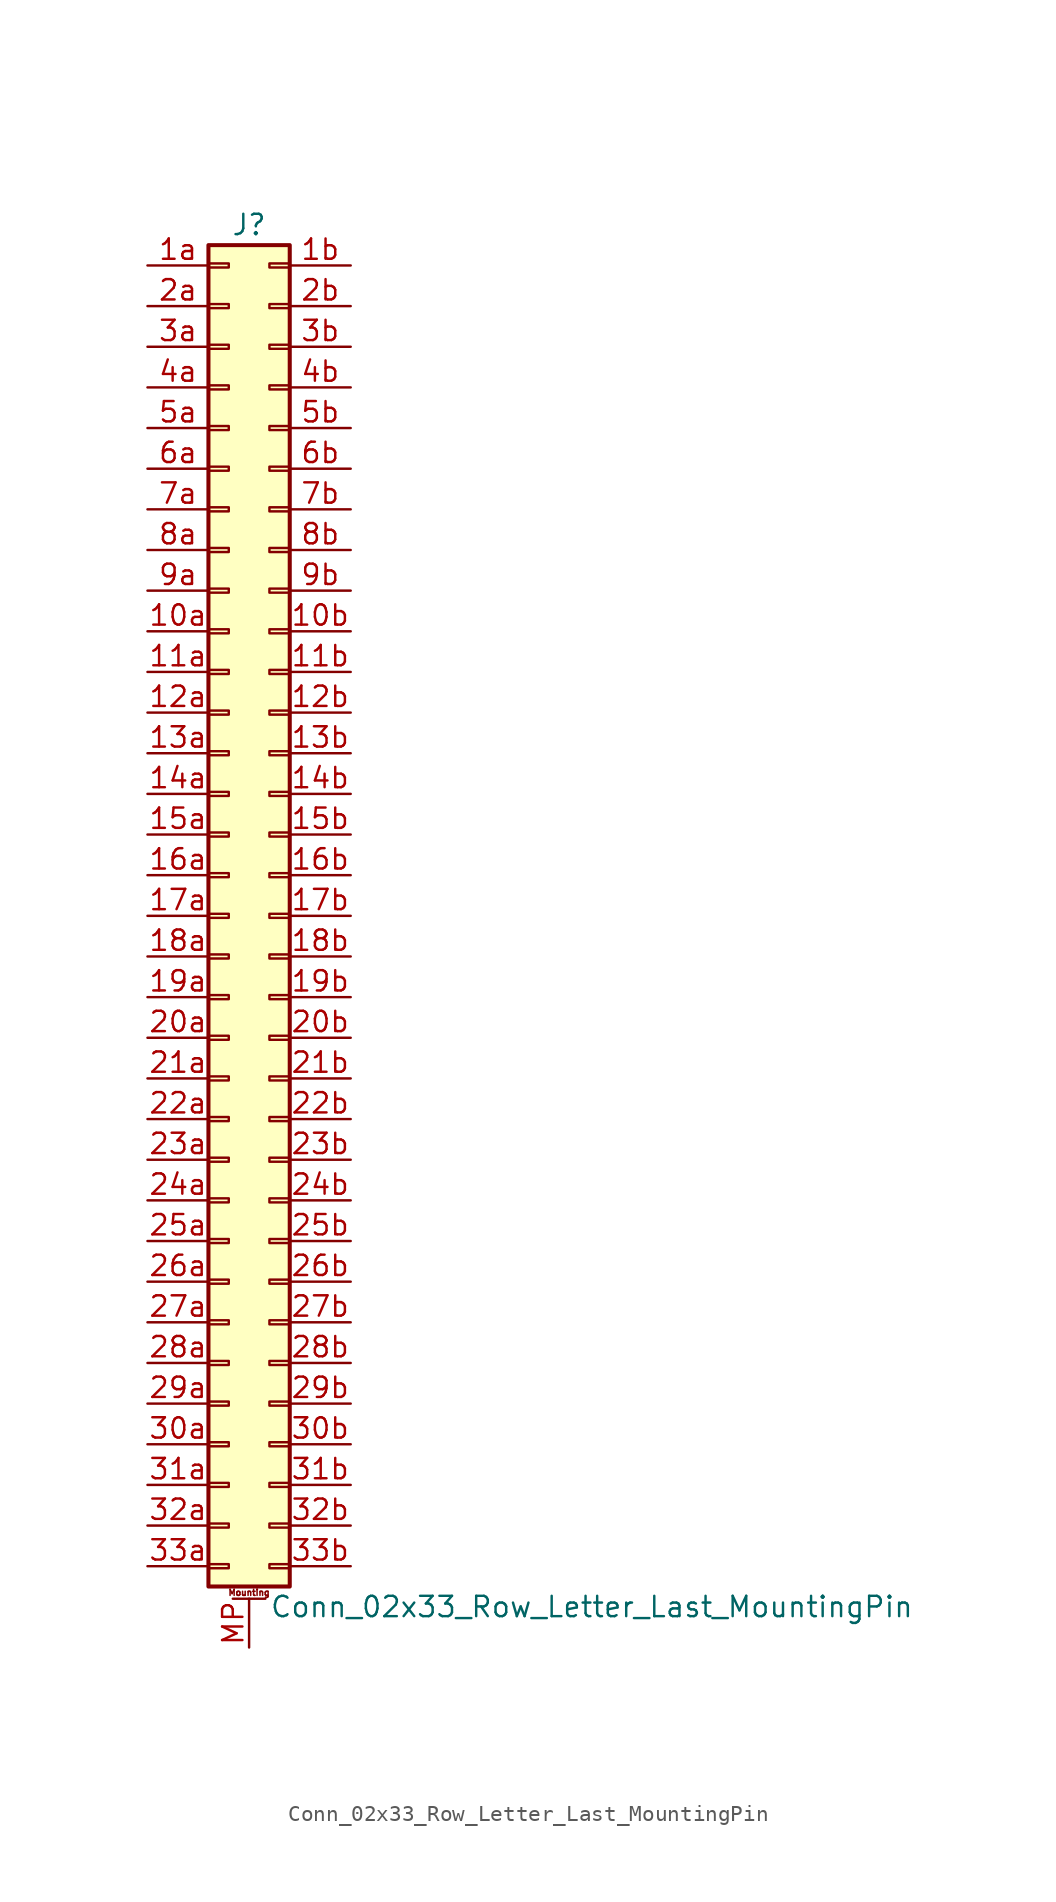
<source format=kicad_sym>
(kicad_symbol_lib
  (version 20201005)
  (generator kicad_symbol_editor)
  (symbol "Connector_Generic_MountingPin:Conn_02x33_Row_Letter_Last_MountingPin"
    (pin_names
      (offset 1.016) hide)
    (property "Reference" "J"
      (at 1.27 43.18 0)
      (effects (font (size 1.27 1.27))))
    (property "Value" "Conn_02x33_Row_Letter_Last_MountingPin"
      (at 2.54 -43.18 0)
      (effects (font (size 1.27 1.27)) (justify left)))
    (symbol "Conn_02x33_Row_Letter_Last_MountingPin_1_1"
      (text "Mounting" (at 1.27 -42.291 0) (effects (font (size 0.381 0.381))))
      (rectangle (start -1.27 -27.813) (end 0 -28.067) (stroke (width 0.152)) (fill (type none)))
      (rectangle (start -1.27 -30.353) (end 0 -30.607) (stroke (width 0.152)) (fill (type none)))
      (rectangle (start -1.27 -32.893) (end 0 -33.147) (stroke (width 0.152)) (fill (type none)))
      (rectangle (start -1.27 -35.433) (end 0 -35.687) (stroke (width 0.152)) (fill (type none)))
      (rectangle (start -1.27 -37.973) (end 0 -38.227) (stroke (width 0.152)) (fill (type none)))
      (rectangle (start -1.27 -40.513) (end 0 -40.767) (stroke (width 0.152)) (fill (type none)))
      (rectangle (start -1.27 -4.953) (end 0 -5.207) (stroke (width 0.152)) (fill (type none)))
      (rectangle (start -1.27 -7.493) (end 0 -7.747) (stroke (width 0.152)) (fill (type none)))
      (rectangle (start -1.27 -10.033) (end 0 -10.287) (stroke (width 0.152)) (fill (type none)))
      (rectangle (start -1.27 -12.573) (end 0 -12.827) (stroke (width 0.152)) (fill (type none)))
      (rectangle (start -1.27 -15.113) (end 0 -15.367) (stroke (width 0.152)) (fill (type none)))
      (rectangle (start -1.27 -17.653) (end 0 -17.907) (stroke (width 0.152)) (fill (type none)))
      (rectangle (start -1.27 -20.193) (end 0 -20.447) (stroke (width 0.152)) (fill (type none)))
      (rectangle (start -1.27 -22.733) (end 0 -22.987) (stroke (width 0.152)) (fill (type none)))
      (rectangle (start -1.27 -2.413) (end 0 -2.667) (stroke (width 0.152)) (fill (type none)))
      (rectangle (start -1.27 -25.273) (end 0 -25.527) (stroke (width 0.152)) (fill (type none)))
      (rectangle (start -1.27 25.527) (end 0 25.273) (stroke (width 0.152)) (fill (type none)))
      (rectangle (start -1.27 2.667) (end 0 2.413) (stroke (width 0.152)) (fill (type none)))
      (rectangle (start -1.27 28.067) (end 0 27.813) (stroke (width 0.152)) (fill (type none)))
      (rectangle (start -1.27 30.607) (end 0 30.353) (stroke (width 0.152)) (fill (type none)))
      (rectangle (start -1.27 33.147) (end 0 32.893) (stroke (width 0.152)) (fill (type none)))
      (rectangle (start -1.27 35.687) (end 0 35.433) (stroke (width 0.152)) (fill (type none)))
      (rectangle (start -1.27 38.227) (end 0 37.973) (stroke (width 0.152)) (fill (type none)))
      (rectangle (start -1.27 40.767) (end 0 40.513) (stroke (width 0.152)) (fill (type none)))
      (rectangle (start -1.27 41.91) (end 3.81 -41.91) (stroke (width 0.254)) (fill (type background)))
      (rectangle (start -1.27 5.207) (end 0 4.953) (stroke (width 0.152)) (fill (type none)))
      (rectangle (start -1.27 7.747) (end 0 7.493) (stroke (width 0.152)) (fill (type none)))
      (rectangle (start -1.27 10.287) (end 0 10.033) (stroke (width 0.152)) (fill (type none)))
      (rectangle (start -1.27 0.127) (end 0 -0.127) (stroke (width 0.152)) (fill (type none)))
      (rectangle (start -1.27 12.827) (end 0 12.573) (stroke (width 0.152)) (fill (type none)))
      (rectangle (start -1.27 15.367) (end 0 15.113) (stroke (width 0.152)) (fill (type none)))
      (rectangle (start -1.27 17.907) (end 0 17.653) (stroke (width 0.152)) (fill (type none)))
      (rectangle (start -1.27 20.447) (end 0 20.193) (stroke (width 0.152)) (fill (type none)))
      (rectangle (start -1.27 22.987) (end 0 22.733) (stroke (width 0.152)) (fill (type none)))
      (rectangle (start 3.81 -27.813) (end 2.54 -28.067) (stroke (width 0.152)) (fill (type none)))
      (rectangle (start 3.81 -30.353) (end 2.54 -30.607) (stroke (width 0.152)) (fill (type none)))
      (rectangle (start 3.81 -32.893) (end 2.54 -33.147) (stroke (width 0.152)) (fill (type none)))
      (rectangle (start 3.81 -35.433) (end 2.54 -35.687) (stroke (width 0.152)) (fill (type none)))
      (rectangle (start 3.81 -37.973) (end 2.54 -38.227) (stroke (width 0.152)) (fill (type none)))
      (rectangle (start 3.81 -40.513) (end 2.54 -40.767) (stroke (width 0.152)) (fill (type none)))
      (rectangle (start 3.81 -4.953) (end 2.54 -5.207) (stroke (width 0.152)) (fill (type none)))
      (rectangle (start 3.81 -7.493) (end 2.54 -7.747) (stroke (width 0.152)) (fill (type none)))
      (rectangle (start 3.81 -10.033) (end 2.54 -10.287) (stroke (width 0.152)) (fill (type none)))
      (rectangle (start 3.81 -12.573) (end 2.54 -12.827) (stroke (width 0.152)) (fill (type none)))
      (rectangle (start 3.81 -15.113) (end 2.54 -15.367) (stroke (width 0.152)) (fill (type none)))
      (rectangle (start 3.81 -17.653) (end 2.54 -17.907) (stroke (width 0.152)) (fill (type none)))
      (rectangle (start 3.81 -20.193) (end 2.54 -20.447) (stroke (width 0.152)) (fill (type none)))
      (rectangle (start 3.81 -22.733) (end 2.54 -22.987) (stroke (width 0.152)) (fill (type none)))
      (rectangle (start 3.81 -2.413) (end 2.54 -2.667) (stroke (width 0.152)) (fill (type none)))
      (rectangle (start 3.81 -25.273) (end 2.54 -25.527) (stroke (width 0.152)) (fill (type none)))
      (rectangle (start 3.81 25.527) (end 2.54 25.273) (stroke (width 0.152)) (fill (type none)))
      (rectangle (start 3.81 2.667) (end 2.54 2.413) (stroke (width 0.152)) (fill (type none)))
      (rectangle (start 3.81 28.067) (end 2.54 27.813) (stroke (width 0.152)) (fill (type none)))
      (rectangle (start 3.81 30.607) (end 2.54 30.353) (stroke (width 0.152)) (fill (type none)))
      (rectangle (start 3.81 33.147) (end 2.54 32.893) (stroke (width 0.152)) (fill (type none)))
      (rectangle (start 3.81 35.687) (end 2.54 35.433) (stroke (width 0.152)) (fill (type none)))
      (rectangle (start 3.81 38.227) (end 2.54 37.973) (stroke (width 0.152)) (fill (type none)))
      (rectangle (start 3.81 40.767) (end 2.54 40.513) (stroke (width 0.152)) (fill (type none)))
      (rectangle (start 3.81 5.207) (end 2.54 4.953) (stroke (width 0.152)) (fill (type none)))
      (rectangle (start 3.81 7.747) (end 2.54 7.493) (stroke (width 0.152)) (fill (type none)))
      (rectangle (start 3.81 10.287) (end 2.54 10.033) (stroke (width 0.152)) (fill (type none)))
      (rectangle (start 3.81 0.127) (end 2.54 -0.127) (stroke (width 0.152)) (fill (type none)))
      (rectangle (start 3.81 12.827) (end 2.54 12.573) (stroke (width 0.152)) (fill (type none)))
      (rectangle (start 3.81 15.367) (end 2.54 15.113) (stroke (width 0.152)) (fill (type none)))
      (rectangle (start 3.81 17.907) (end 2.54 17.653) (stroke (width 0.152)) (fill (type none)))
      (rectangle (start 3.81 20.447) (end 2.54 20.193) (stroke (width 0.152)) (fill (type none)))
      (rectangle (start 3.81 22.987) (end 2.54 22.733) (stroke (width 0.152)) (fill (type none)))
      (polyline (pts (xy 0.254 -42.672) (xy 2.286 -42.672)) (stroke (width 0.152)) (fill (type none)))
      (pin passive line (at 1.27 -45.72 90) (length 3.048) (name "MountPin" (effects (font (size 1.27 1.27)))) (number "MP" (effects (font (size 1.27 1.27)))))
      (pin passive line (at -5.08 17.78 0) (length 3.81) (name "Pin_10a" (effects (font (size 1.27 1.27)))) (number "10a" (effects (font (size 1.27 1.27)))))
      (pin passive line (at 7.62 17.78 180) (length 3.81) (name "Pin_10b" (effects (font (size 1.27 1.27)))) (number "10b" (effects (font (size 1.27 1.27)))))
      (pin passive line (at -5.08 15.24 0) (length 3.81) (name "Pin_11a" (effects (font (size 1.27 1.27)))) (number "11a" (effects (font (size 1.27 1.27)))))
      (pin passive line (at 7.62 15.24 180) (length 3.81) (name "Pin_11b" (effects (font (size 1.27 1.27)))) (number "11b" (effects (font (size 1.27 1.27)))))
      (pin passive line (at -5.08 12.7 0) (length 3.81) (name "Pin_12a" (effects (font (size 1.27 1.27)))) (number "12a" (effects (font (size 1.27 1.27)))))
      (pin passive line (at 7.62 12.7 180) (length 3.81) (name "Pin_12b" (effects (font (size 1.27 1.27)))) (number "12b" (effects (font (size 1.27 1.27)))))
      (pin passive line (at -5.08 10.16 0) (length 3.81) (name "Pin_13a" (effects (font (size 1.27 1.27)))) (number "13a" (effects (font (size 1.27 1.27)))))
      (pin passive line (at 7.62 10.16 180) (length 3.81) (name "Pin_13b" (effects (font (size 1.27 1.27)))) (number "13b" (effects (font (size 1.27 1.27)))))
      (pin passive line (at -5.08 7.62 0) (length 3.81) (name "Pin_14a" (effects (font (size 1.27 1.27)))) (number "14a" (effects (font (size 1.27 1.27)))))
      (pin passive line (at 7.62 7.62 180) (length 3.81) (name "Pin_14b" (effects (font (size 1.27 1.27)))) (number "14b" (effects (font (size 1.27 1.27)))))
      (pin passive line (at -5.08 5.08 0) (length 3.81) (name "Pin_15a" (effects (font (size 1.27 1.27)))) (number "15a" (effects (font (size 1.27 1.27)))))
      (pin passive line (at 7.62 5.08 180) (length 3.81) (name "Pin_15b" (effects (font (size 1.27 1.27)))) (number "15b" (effects (font (size 1.27 1.27)))))
      (pin passive line (at -5.08 2.54 0) (length 3.81) (name "Pin_16a" (effects (font (size 1.27 1.27)))) (number "16a" (effects (font (size 1.27 1.27)))))
      (pin passive line (at 7.62 2.54 180) (length 3.81) (name "Pin_16b" (effects (font (size 1.27 1.27)))) (number "16b" (effects (font (size 1.27 1.27)))))
      (pin passive line (at -5.08 0 0) (length 3.81) (name "Pin_17a" (effects (font (size 1.27 1.27)))) (number "17a" (effects (font (size 1.27 1.27)))))
      (pin passive line (at 7.62 0 180) (length 3.81) (name "Pin_17b" (effects (font (size 1.27 1.27)))) (number "17b" (effects (font (size 1.27 1.27)))))
      (pin passive line (at -5.08 -2.54 0) (length 3.81) (name "Pin_18a" (effects (font (size 1.27 1.27)))) (number "18a" (effects (font (size 1.27 1.27)))))
      (pin passive line (at 7.62 -2.54 180) (length 3.81) (name "Pin_18b" (effects (font (size 1.27 1.27)))) (number "18b" (effects (font (size 1.27 1.27)))))
      (pin passive line (at -5.08 -5.08 0) (length 3.81) (name "Pin_19a" (effects (font (size 1.27 1.27)))) (number "19a" (effects (font (size 1.27 1.27)))))
      (pin passive line (at 7.62 -5.08 180) (length 3.81) (name "Pin_19b" (effects (font (size 1.27 1.27)))) (number "19b" (effects (font (size 1.27 1.27)))))
      (pin passive line (at -5.08 40.64 0) (length 3.81) (name "Pin_1a" (effects (font (size 1.27 1.27)))) (number "1a" (effects (font (size 1.27 1.27)))))
      (pin passive line (at 7.62 40.64 180) (length 3.81) (name "Pin_1b" (effects (font (size 1.27 1.27)))) (number "1b" (effects (font (size 1.27 1.27)))))
      (pin passive line (at -5.08 -7.62 0) (length 3.81) (name "Pin_20a" (effects (font (size 1.27 1.27)))) (number "20a" (effects (font (size 1.27 1.27)))))
      (pin passive line (at 7.62 -7.62 180) (length 3.81) (name "Pin_20b" (effects (font (size 1.27 1.27)))) (number "20b" (effects (font (size 1.27 1.27)))))
      (pin passive line (at -5.08 -10.16 0) (length 3.81) (name "Pin_21a" (effects (font (size 1.27 1.27)))) (number "21a" (effects (font (size 1.27 1.27)))))
      (pin passive line (at 7.62 -10.16 180) (length 3.81) (name "Pin_21b" (effects (font (size 1.27 1.27)))) (number "21b" (effects (font (size 1.27 1.27)))))
      (pin passive line (at -5.08 -12.7 0) (length 3.81) (name "Pin_22a" (effects (font (size 1.27 1.27)))) (number "22a" (effects (font (size 1.27 1.27)))))
      (pin passive line (at 7.62 -12.7 180) (length 3.81) (name "Pin_22b" (effects (font (size 1.27 1.27)))) (number "22b" (effects (font (size 1.27 1.27)))))
      (pin passive line (at -5.08 -15.24 0) (length 3.81) (name "Pin_23a" (effects (font (size 1.27 1.27)))) (number "23a" (effects (font (size 1.27 1.27)))))
      (pin passive line (at 7.62 -15.24 180) (length 3.81) (name "Pin_23b" (effects (font (size 1.27 1.27)))) (number "23b" (effects (font (size 1.27 1.27)))))
      (pin passive line (at -5.08 -17.78 0) (length 3.81) (name "Pin_24a" (effects (font (size 1.27 1.27)))) (number "24a" (effects (font (size 1.27 1.27)))))
      (pin passive line (at 7.62 -17.78 180) (length 3.81) (name "Pin_24b" (effects (font (size 1.27 1.27)))) (number "24b" (effects (font (size 1.27 1.27)))))
      (pin passive line (at -5.08 -20.32 0) (length 3.81) (name "Pin_25a" (effects (font (size 1.27 1.27)))) (number "25a" (effects (font (size 1.27 1.27)))))
      (pin passive line (at 7.62 -20.32 180) (length 3.81) (name "Pin_25b" (effects (font (size 1.27 1.27)))) (number "25b" (effects (font (size 1.27 1.27)))))
      (pin passive line (at -5.08 -22.86 0) (length 3.81) (name "Pin_26a" (effects (font (size 1.27 1.27)))) (number "26a" (effects (font (size 1.27 1.27)))))
      (pin passive line (at 7.62 -22.86 180) (length 3.81) (name "Pin_26b" (effects (font (size 1.27 1.27)))) (number "26b" (effects (font (size 1.27 1.27)))))
      (pin passive line (at -5.08 -25.4 0) (length 3.81) (name "Pin_27a" (effects (font (size 1.27 1.27)))) (number "27a" (effects (font (size 1.27 1.27)))))
      (pin passive line (at 7.62 -25.4 180) (length 3.81) (name "Pin_27b" (effects (font (size 1.27 1.27)))) (number "27b" (effects (font (size 1.27 1.27)))))
      (pin passive line (at -5.08 -27.94 0) (length 3.81) (name "Pin_28a" (effects (font (size 1.27 1.27)))) (number "28a" (effects (font (size 1.27 1.27)))))
      (pin passive line (at 7.62 -27.94 180) (length 3.81) (name "Pin_28b" (effects (font (size 1.27 1.27)))) (number "28b" (effects (font (size 1.27 1.27)))))
      (pin passive line (at -5.08 -30.48 0) (length 3.81) (name "Pin_29a" (effects (font (size 1.27 1.27)))) (number "29a" (effects (font (size 1.27 1.27)))))
      (pin passive line (at 7.62 -30.48 180) (length 3.81) (name "Pin_29b" (effects (font (size 1.27 1.27)))) (number "29b" (effects (font (size 1.27 1.27)))))
      (pin passive line (at -5.08 38.1 0) (length 3.81) (name "Pin_2a" (effects (font (size 1.27 1.27)))) (number "2a" (effects (font (size 1.27 1.27)))))
      (pin passive line (at 7.62 38.1 180) (length 3.81) (name "Pin_2b" (effects (font (size 1.27 1.27)))) (number "2b" (effects (font (size 1.27 1.27)))))
      (pin passive line (at -5.08 -33.02 0) (length 3.81) (name "Pin_30a" (effects (font (size 1.27 1.27)))) (number "30a" (effects (font (size 1.27 1.27)))))
      (pin passive line (at 7.62 -33.02 180) (length 3.81) (name "Pin_30b" (effects (font (size 1.27 1.27)))) (number "30b" (effects (font (size 1.27 1.27)))))
      (pin passive line (at -5.08 -35.56 0) (length 3.81) (name "Pin_31a" (effects (font (size 1.27 1.27)))) (number "31a" (effects (font (size 1.27 1.27)))))
      (pin passive line (at 7.62 -35.56 180) (length 3.81) (name "Pin_31b" (effects (font (size 1.27 1.27)))) (number "31b" (effects (font (size 1.27 1.27)))))
      (pin passive line (at -5.08 -38.1 0) (length 3.81) (name "Pin_32a" (effects (font (size 1.27 1.27)))) (number "32a" (effects (font (size 1.27 1.27)))))
      (pin passive line (at 7.62 -38.1 180) (length 3.81) (name "Pin_32b" (effects (font (size 1.27 1.27)))) (number "32b" (effects (font (size 1.27 1.27)))))
      (pin passive line (at -5.08 -40.64 0) (length 3.81) (name "Pin_33a" (effects (font (size 1.27 1.27)))) (number "33a" (effects (font (size 1.27 1.27)))))
      (pin passive line (at 7.62 -40.64 180) (length 3.81) (name "Pin_33b" (effects (font (size 1.27 1.27)))) (number "33b" (effects (font (size 1.27 1.27)))))
      (pin passive line (at -5.08 35.56 0) (length 3.81) (name "Pin_3a" (effects (font (size 1.27 1.27)))) (number "3a" (effects (font (size 1.27 1.27)))))
      (pin passive line (at 7.62 35.56 180) (length 3.81) (name "Pin_3b" (effects (font (size 1.27 1.27)))) (number "3b" (effects (font (size 1.27 1.27)))))
      (pin passive line (at -5.08 33.02 0) (length 3.81) (name "Pin_4a" (effects (font (size 1.27 1.27)))) (number "4a" (effects (font (size 1.27 1.27)))))
      (pin passive line (at 7.62 33.02 180) (length 3.81) (name "Pin_4b" (effects (font (size 1.27 1.27)))) (number "4b" (effects (font (size 1.27 1.27)))))
      (pin passive line (at -5.08 30.48 0) (length 3.81) (name "Pin_5a" (effects (font (size 1.27 1.27)))) (number "5a" (effects (font (size 1.27 1.27)))))
      (pin passive line (at 7.62 30.48 180) (length 3.81) (name "Pin_5b" (effects (font (size 1.27 1.27)))) (number "5b" (effects (font (size 1.27 1.27)))))
      (pin passive line (at -5.08 27.94 0) (length 3.81) (name "Pin_6a" (effects (font (size 1.27 1.27)))) (number "6a" (effects (font (size 1.27 1.27)))))
      (pin passive line (at 7.62 27.94 180) (length 3.81) (name "Pin_6b" (effects (font (size 1.27 1.27)))) (number "6b" (effects (font (size 1.27 1.27)))))
      (pin passive line (at -5.08 25.4 0) (length 3.81) (name "Pin_7a" (effects (font (size 1.27 1.27)))) (number "7a" (effects (font (size 1.27 1.27)))))
      (pin passive line (at 7.62 25.4 180) (length 3.81) (name "Pin_7b" (effects (font (size 1.27 1.27)))) (number "7b" (effects (font (size 1.27 1.27)))))
      (pin passive line (at -5.08 22.86 0) (length 3.81) (name "Pin_8a" (effects (font (size 1.27 1.27)))) (number "8a" (effects (font (size 1.27 1.27)))))
      (pin passive line (at 7.62 22.86 180) (length 3.81) (name "Pin_8b" (effects (font (size 1.27 1.27)))) (number "8b" (effects (font (size 1.27 1.27)))))
      (pin passive line (at -5.08 20.32 0) (length 3.81) (name "Pin_9a" (effects (font (size 1.27 1.27)))) (number "9a" (effects (font (size 1.27 1.27)))))
      (pin passive line (at 7.62 20.32 180) (length 3.81) (name "Pin_9b" (effects (font (size 1.27 1.27)))) (number "9b" (effects (font (size 1.27 1.27))))))))
</source>
